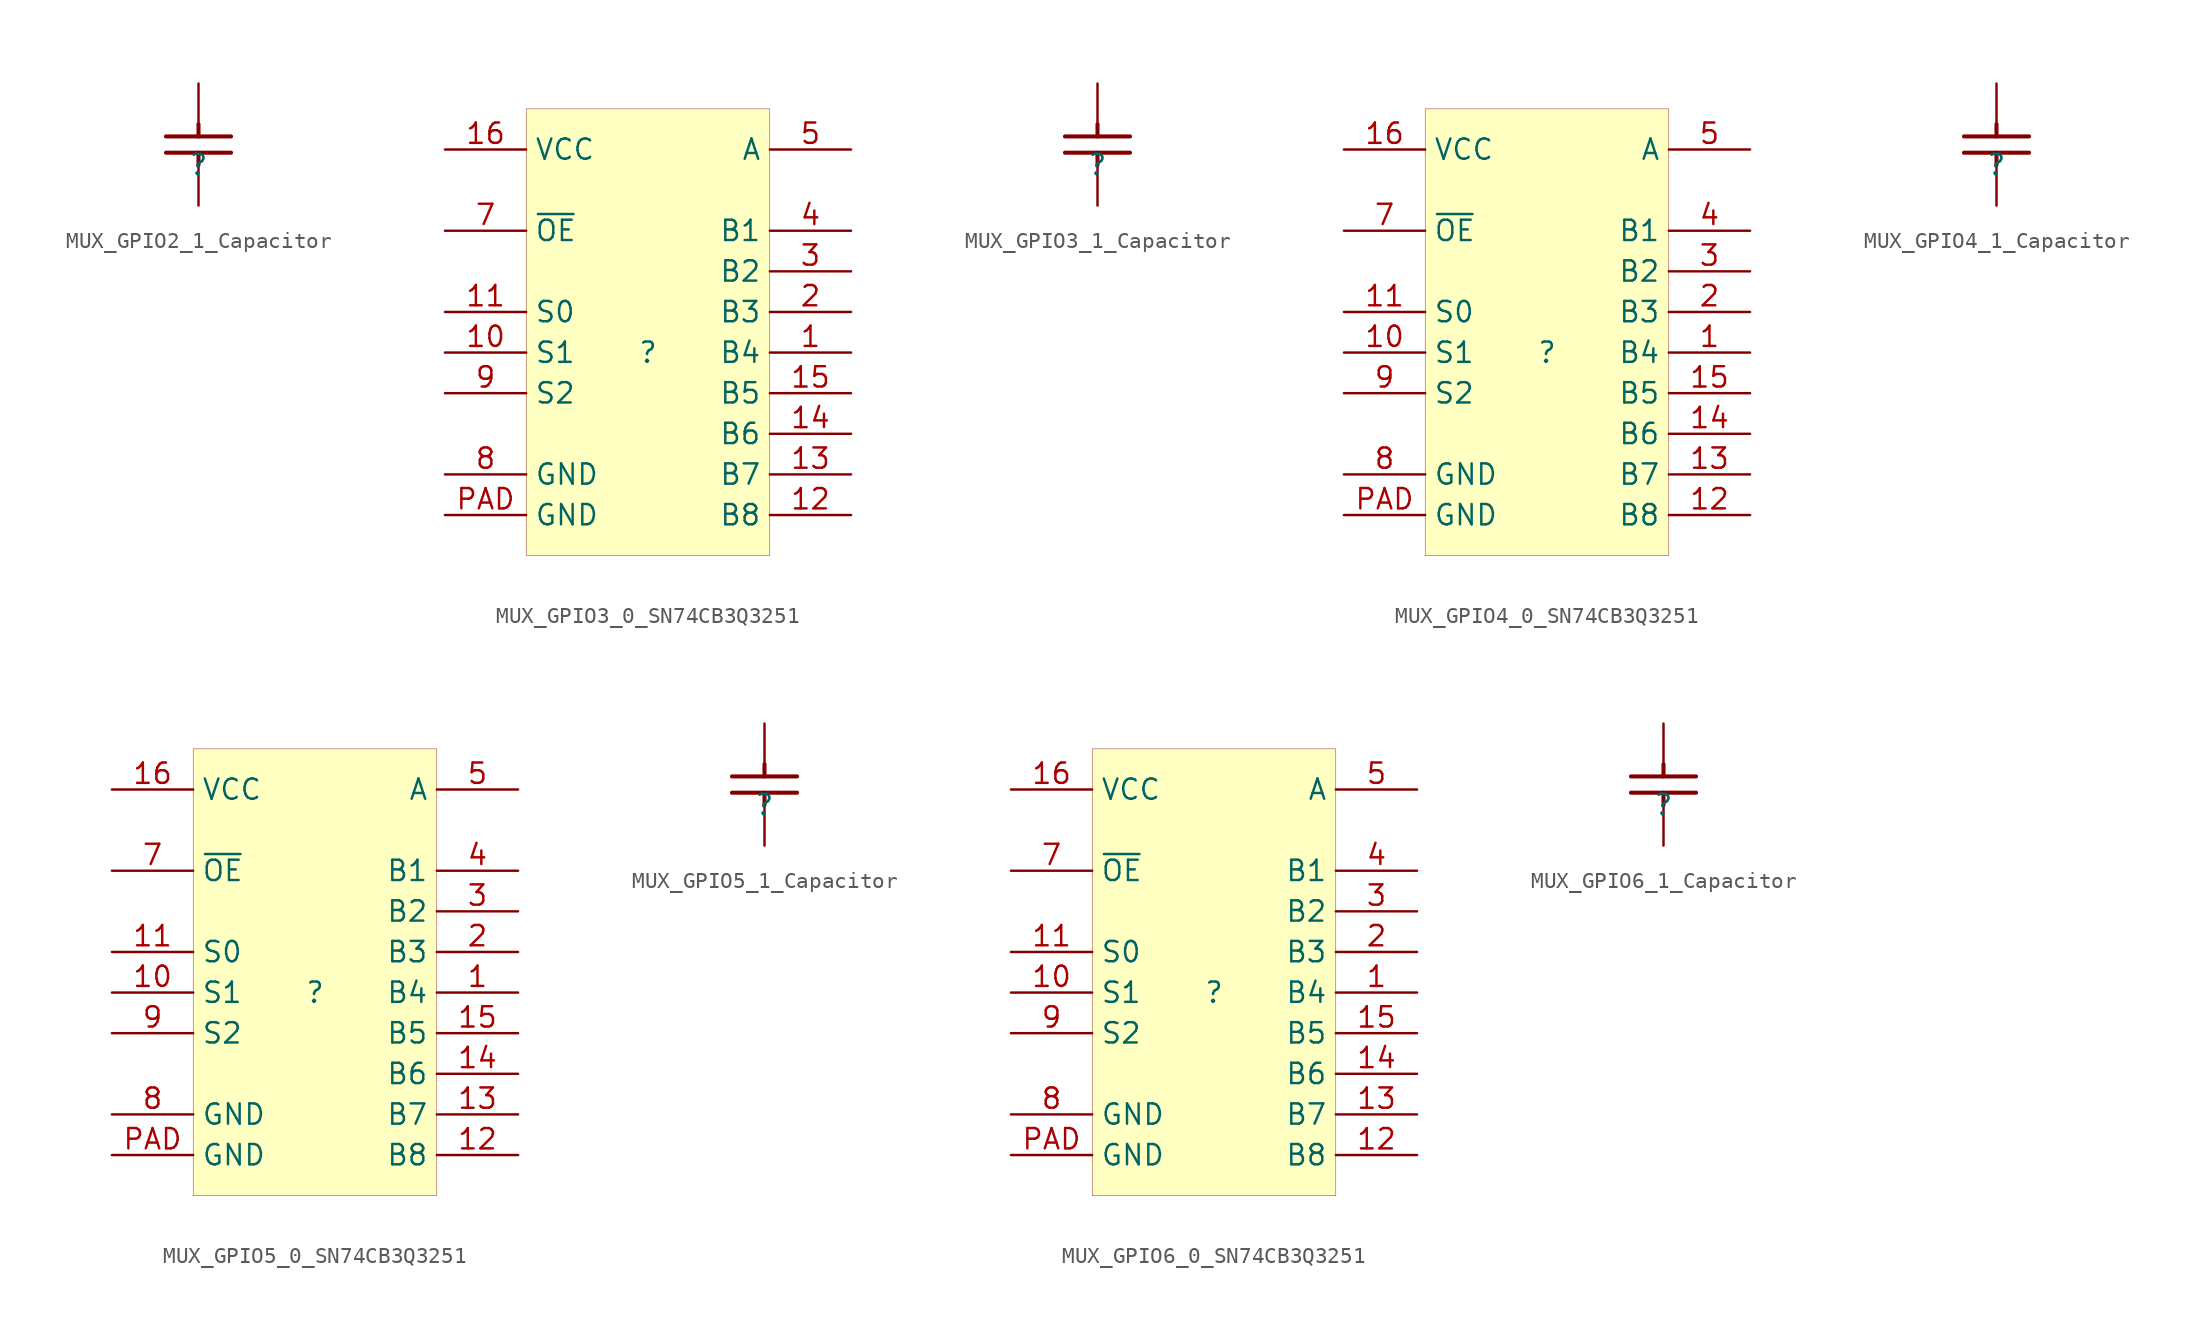
<source format=kicad_sym>
(kicad_symbol_lib
  (version 20231120)
  (generator "kicad_symbol_editor")
  (generator_version "8.0")
  (symbol "MUX_GPIO2_1_Capacitor"
    (property "Reference" ""
      (at 0 0 0)
      (effects (font (size 1.27 1.27))))
    (property "Value" ""
      (at 0 0 0)
      (effects (font (size 1.27 1.27))))
    (symbol "MUX_GPIO2_1_Capacitor_1_0"
      (polyline (pts (xy -2.032 0.762) (xy 2.032 0.762)) (stroke (width 0.254) (type solid)) (fill (type none)))
      (polyline (pts (xy 0 0) (xy 0 0.762)) (stroke (width 0.254) (type solid)) (fill (type none)))
      (polyline (pts (xy 0 1.778) (xy 0 2.54)) (stroke (width 0.254) (type solid)) (fill (type none)))
      (polyline (pts (xy 2.032 1.778) (xy -2.032 1.778)) (stroke (width 0.254) (type solid)) (fill (type none)))
      (pin passive line (at 0 -2.54 90) (length 2.54) (name "1" (effects (font (size 0 0)))) (number "1" (effects (font (size 0 0)))))
      (pin passive line (at 0 5.08 270) (length 2.54) (name "2" (effects (font (size 0 0)))) (number "2" (effects (font (size 0 0)))))))
  (symbol "MUX_GPIO3_0_SN74CB3Q3251"
    (property "Reference" ""
      (at 0 0 0)
      (effects (font (size 1.27 1.27))))
    (property "Value" ""
      (at 0 0 0)
      (effects (font (size 1.27 1.27))))
    (symbol "MUX_GPIO3_0_SN74CB3Q3251_1_0"
      (rectangle (start 7.62 15.24) (end -7.62 -12.7) (stroke (width 0.025) (type solid) (color 128 0 0 1)) (fill (type background)))
      (pin passive line (at 12.7 0 180) (length 5.08) (name "B4" (effects (font (size 1.27 1.27)))) (number "1" (effects (font (size 1.27 1.27)))))
      (pin passive line (at -12.7 0 0) (length 5.08) (name "S1" (effects (font (size 1.27 1.27)))) (number "10" (effects (font (size 1.27 1.27)))))
      (pin passive line (at -12.7 2.54 0) (length 5.08) (name "S0" (effects (font (size 1.27 1.27)))) (number "11" (effects (font (size 1.27 1.27)))))
      (pin passive line (at 12.7 -10.16 180) (length 5.08) (name "B8" (effects (font (size 1.27 1.27)))) (number "12" (effects (font (size 1.27 1.27)))))
      (pin passive line (at 12.7 -7.62 180) (length 5.08) (name "B7" (effects (font (size 1.27 1.27)))) (number "13" (effects (font (size 1.27 1.27)))))
      (pin passive line (at 12.7 -5.08 180) (length 5.08) (name "B6" (effects (font (size 1.27 1.27)))) (number "14" (effects (font (size 1.27 1.27)))))
      (pin passive line (at 12.7 -2.54 180) (length 5.08) (name "B5" (effects (font (size 1.27 1.27)))) (number "15" (effects (font (size 1.27 1.27)))))
      (pin passive line (at -12.7 12.7 0) (length 5.08) (name "VCC" (effects (font (size 1.27 1.27)))) (number "16" (effects (font (size 1.27 1.27)))))
      (pin passive line (at 12.7 2.54 180) (length 5.08) (name "B3" (effects (font (size 1.27 1.27)))) (number "2" (effects (font (size 1.27 1.27)))))
      (pin passive line (at 12.7 5.08 180) (length 5.08) (name "B2" (effects (font (size 1.27 1.27)))) (number "3" (effects (font (size 1.27 1.27)))))
      (pin passive line (at 12.7 7.62 180) (length 5.08) (name "B1" (effects (font (size 1.27 1.27)))) (number "4" (effects (font (size 1.27 1.27)))))
      (pin passive line (at 12.7 12.7 180) (length 5.08) (name "A" (effects (font (size 1.27 1.27)))) (number "5" (effects (font (size 1.27 1.27)))))
      (pin passive line (at -12.7 7.62 0) (length 5.08) (name "~{OE}" (effects (font (size 1.27 1.27)))) (number "7" (effects (font (size 1.27 1.27)))))
      (pin passive line (at -12.7 -7.62 0) (length 5.08) (name "GND" (effects (font (size 1.27 1.27)))) (number "8" (effects (font (size 1.27 1.27)))))
      (pin passive line (at -12.7 -2.54 0) (length 5.08) (name "S2" (effects (font (size 1.27 1.27)))) (number "9" (effects (font (size 1.27 1.27)))))
      (pin passive line (at -12.7 -10.16 0) (length 5.08) (name "GND" (effects (font (size 1.27 1.27)))) (number "PAD" (effects (font (size 1.27 1.27)))))))
  (symbol "MUX_GPIO3_1_Capacitor"
    (property "Reference" ""
      (at 0 0 0)
      (effects (font (size 1.27 1.27))))
    (property "Value" ""
      (at 0 0 0)
      (effects (font (size 1.27 1.27))))
    (symbol "MUX_GPIO3_1_Capacitor_1_0"
      (polyline (pts (xy -2.032 0.762) (xy 2.032 0.762)) (stroke (width 0.254) (type solid)) (fill (type none)))
      (polyline (pts (xy 0 0) (xy 0 0.762)) (stroke (width 0.254) (type solid)) (fill (type none)))
      (polyline (pts (xy 0 1.778) (xy 0 2.54)) (stroke (width 0.254) (type solid)) (fill (type none)))
      (polyline (pts (xy 2.032 1.778) (xy -2.032 1.778)) (stroke (width 0.254) (type solid)) (fill (type none)))
      (pin passive line (at 0 -2.54 90) (length 2.54) (name "1" (effects (font (size 0 0)))) (number "1" (effects (font (size 0 0)))))
      (pin passive line (at 0 5.08 270) (length 2.54) (name "2" (effects (font (size 0 0)))) (number "2" (effects (font (size 0 0)))))))
  (symbol "MUX_GPIO4_0_SN74CB3Q3251"
    (property "Reference" ""
      (at 0 0 0)
      (effects (font (size 1.27 1.27))))
    (property "Value" ""
      (at 0 0 0)
      (effects (font (size 1.27 1.27))))
    (symbol "MUX_GPIO4_0_SN74CB3Q3251_1_0"
      (rectangle (start 7.62 15.24) (end -7.62 -12.7) (stroke (width 0.025) (type solid) (color 128 0 0 1)) (fill (type background)))
      (pin passive line (at 12.7 0 180) (length 5.08) (name "B4" (effects (font (size 1.27 1.27)))) (number "1" (effects (font (size 1.27 1.27)))))
      (pin passive line (at -12.7 0 0) (length 5.08) (name "S1" (effects (font (size 1.27 1.27)))) (number "10" (effects (font (size 1.27 1.27)))))
      (pin passive line (at -12.7 2.54 0) (length 5.08) (name "S0" (effects (font (size 1.27 1.27)))) (number "11" (effects (font (size 1.27 1.27)))))
      (pin passive line (at 12.7 -10.16 180) (length 5.08) (name "B8" (effects (font (size 1.27 1.27)))) (number "12" (effects (font (size 1.27 1.27)))))
      (pin passive line (at 12.7 -7.62 180) (length 5.08) (name "B7" (effects (font (size 1.27 1.27)))) (number "13" (effects (font (size 1.27 1.27)))))
      (pin passive line (at 12.7 -5.08 180) (length 5.08) (name "B6" (effects (font (size 1.27 1.27)))) (number "14" (effects (font (size 1.27 1.27)))))
      (pin passive line (at 12.7 -2.54 180) (length 5.08) (name "B5" (effects (font (size 1.27 1.27)))) (number "15" (effects (font (size 1.27 1.27)))))
      (pin passive line (at -12.7 12.7 0) (length 5.08) (name "VCC" (effects (font (size 1.27 1.27)))) (number "16" (effects (font (size 1.27 1.27)))))
      (pin passive line (at 12.7 2.54 180) (length 5.08) (name "B3" (effects (font (size 1.27 1.27)))) (number "2" (effects (font (size 1.27 1.27)))))
      (pin passive line (at 12.7 5.08 180) (length 5.08) (name "B2" (effects (font (size 1.27 1.27)))) (number "3" (effects (font (size 1.27 1.27)))))
      (pin passive line (at 12.7 7.62 180) (length 5.08) (name "B1" (effects (font (size 1.27 1.27)))) (number "4" (effects (font (size 1.27 1.27)))))
      (pin passive line (at 12.7 12.7 180) (length 5.08) (name "A" (effects (font (size 1.27 1.27)))) (number "5" (effects (font (size 1.27 1.27)))))
      (pin passive line (at -12.7 7.62 0) (length 5.08) (name "~{OE}" (effects (font (size 1.27 1.27)))) (number "7" (effects (font (size 1.27 1.27)))))
      (pin passive line (at -12.7 -7.62 0) (length 5.08) (name "GND" (effects (font (size 1.27 1.27)))) (number "8" (effects (font (size 1.27 1.27)))))
      (pin passive line (at -12.7 -2.54 0) (length 5.08) (name "S2" (effects (font (size 1.27 1.27)))) (number "9" (effects (font (size 1.27 1.27)))))
      (pin passive line (at -12.7 -10.16 0) (length 5.08) (name "GND" (effects (font (size 1.27 1.27)))) (number "PAD" (effects (font (size 1.27 1.27)))))))
  (symbol "MUX_GPIO4_1_Capacitor"
    (property "Reference" ""
      (at 0 0 0)
      (effects (font (size 1.27 1.27))))
    (property "Value" ""
      (at 0 0 0)
      (effects (font (size 1.27 1.27))))
    (symbol "MUX_GPIO4_1_Capacitor_1_0"
      (polyline (pts (xy -2.032 0.762) (xy 2.032 0.762)) (stroke (width 0.254) (type solid)) (fill (type none)))
      (polyline (pts (xy 0 0) (xy 0 0.762)) (stroke (width 0.254) (type solid)) (fill (type none)))
      (polyline (pts (xy 0 1.778) (xy 0 2.54)) (stroke (width 0.254) (type solid)) (fill (type none)))
      (polyline (pts (xy 2.032 1.778) (xy -2.032 1.778)) (stroke (width 0.254) (type solid)) (fill (type none)))
      (pin passive line (at 0 -2.54 90) (length 2.54) (name "1" (effects (font (size 0 0)))) (number "1" (effects (font (size 0 0)))))
      (pin passive line (at 0 5.08 270) (length 2.54) (name "2" (effects (font (size 0 0)))) (number "2" (effects (font (size 0 0)))))))
  (symbol "MUX_GPIO5_0_SN74CB3Q3251"
    (property "Reference" ""
      (at 0 0 0)
      (effects (font (size 1.27 1.27))))
    (property "Value" ""
      (at 0 0 0)
      (effects (font (size 1.27 1.27))))
    (symbol "MUX_GPIO5_0_SN74CB3Q3251_1_0"
      (rectangle (start 7.62 15.24) (end -7.62 -12.7) (stroke (width 0.025) (type solid) (color 128 0 0 1)) (fill (type background)))
      (pin passive line (at 12.7 0 180) (length 5.08) (name "B4" (effects (font (size 1.27 1.27)))) (number "1" (effects (font (size 1.27 1.27)))))
      (pin passive line (at -12.7 0 0) (length 5.08) (name "S1" (effects (font (size 1.27 1.27)))) (number "10" (effects (font (size 1.27 1.27)))))
      (pin passive line (at -12.7 2.54 0) (length 5.08) (name "S0" (effects (font (size 1.27 1.27)))) (number "11" (effects (font (size 1.27 1.27)))))
      (pin passive line (at 12.7 -10.16 180) (length 5.08) (name "B8" (effects (font (size 1.27 1.27)))) (number "12" (effects (font (size 1.27 1.27)))))
      (pin passive line (at 12.7 -7.62 180) (length 5.08) (name "B7" (effects (font (size 1.27 1.27)))) (number "13" (effects (font (size 1.27 1.27)))))
      (pin passive line (at 12.7 -5.08 180) (length 5.08) (name "B6" (effects (font (size 1.27 1.27)))) (number "14" (effects (font (size 1.27 1.27)))))
      (pin passive line (at 12.7 -2.54 180) (length 5.08) (name "B5" (effects (font (size 1.27 1.27)))) (number "15" (effects (font (size 1.27 1.27)))))
      (pin passive line (at -12.7 12.7 0) (length 5.08) (name "VCC" (effects (font (size 1.27 1.27)))) (number "16" (effects (font (size 1.27 1.27)))))
      (pin passive line (at 12.7 2.54 180) (length 5.08) (name "B3" (effects (font (size 1.27 1.27)))) (number "2" (effects (font (size 1.27 1.27)))))
      (pin passive line (at 12.7 5.08 180) (length 5.08) (name "B2" (effects (font (size 1.27 1.27)))) (number "3" (effects (font (size 1.27 1.27)))))
      (pin passive line (at 12.7 7.62 180) (length 5.08) (name "B1" (effects (font (size 1.27 1.27)))) (number "4" (effects (font (size 1.27 1.27)))))
      (pin passive line (at 12.7 12.7 180) (length 5.08) (name "A" (effects (font (size 1.27 1.27)))) (number "5" (effects (font (size 1.27 1.27)))))
      (pin passive line (at -12.7 7.62 0) (length 5.08) (name "~{OE}" (effects (font (size 1.27 1.27)))) (number "7" (effects (font (size 1.27 1.27)))))
      (pin passive line (at -12.7 -7.62 0) (length 5.08) (name "GND" (effects (font (size 1.27 1.27)))) (number "8" (effects (font (size 1.27 1.27)))))
      (pin passive line (at -12.7 -2.54 0) (length 5.08) (name "S2" (effects (font (size 1.27 1.27)))) (number "9" (effects (font (size 1.27 1.27)))))
      (pin passive line (at -12.7 -10.16 0) (length 5.08) (name "GND" (effects (font (size 1.27 1.27)))) (number "PAD" (effects (font (size 1.27 1.27)))))))
  (symbol "MUX_GPIO5_1_Capacitor"
    (property "Reference" ""
      (at 0 0 0)
      (effects (font (size 1.27 1.27))))
    (property "Value" ""
      (at 0 0 0)
      (effects (font (size 1.27 1.27))))
    (symbol "MUX_GPIO5_1_Capacitor_1_0"
      (polyline (pts (xy -2.032 0.762) (xy 2.032 0.762)) (stroke (width 0.254) (type solid)) (fill (type none)))
      (polyline (pts (xy 0 0) (xy 0 0.762)) (stroke (width 0.254) (type solid)) (fill (type none)))
      (polyline (pts (xy 0 1.778) (xy 0 2.54)) (stroke (width 0.254) (type solid)) (fill (type none)))
      (polyline (pts (xy 2.032 1.778) (xy -2.032 1.778)) (stroke (width 0.254) (type solid)) (fill (type none)))
      (pin passive line (at 0 -2.54 90) (length 2.54) (name "1" (effects (font (size 0 0)))) (number "1" (effects (font (size 0 0)))))
      (pin passive line (at 0 5.08 270) (length 2.54) (name "2" (effects (font (size 0 0)))) (number "2" (effects (font (size 0 0)))))))
  (symbol "MUX_GPIO6_0_SN74CB3Q3251"
    (property "Reference" ""
      (at 0 0 0)
      (effects (font (size 1.27 1.27))))
    (property "Value" ""
      (at 0 0 0)
      (effects (font (size 1.27 1.27))))
    (symbol "MUX_GPIO6_0_SN74CB3Q3251_1_0"
      (rectangle (start 7.62 15.24) (end -7.62 -12.7) (stroke (width 0.025) (type solid) (color 128 0 0 1)) (fill (type background)))
      (pin passive line (at 12.7 0 180) (length 5.08) (name "B4" (effects (font (size 1.27 1.27)))) (number "1" (effects (font (size 1.27 1.27)))))
      (pin passive line (at -12.7 0 0) (length 5.08) (name "S1" (effects (font (size 1.27 1.27)))) (number "10" (effects (font (size 1.27 1.27)))))
      (pin passive line (at -12.7 2.54 0) (length 5.08) (name "S0" (effects (font (size 1.27 1.27)))) (number "11" (effects (font (size 1.27 1.27)))))
      (pin passive line (at 12.7 -10.16 180) (length 5.08) (name "B8" (effects (font (size 1.27 1.27)))) (number "12" (effects (font (size 1.27 1.27)))))
      (pin passive line (at 12.7 -7.62 180) (length 5.08) (name "B7" (effects (font (size 1.27 1.27)))) (number "13" (effects (font (size 1.27 1.27)))))
      (pin passive line (at 12.7 -5.08 180) (length 5.08) (name "B6" (effects (font (size 1.27 1.27)))) (number "14" (effects (font (size 1.27 1.27)))))
      (pin passive line (at 12.7 -2.54 180) (length 5.08) (name "B5" (effects (font (size 1.27 1.27)))) (number "15" (effects (font (size 1.27 1.27)))))
      (pin passive line (at -12.7 12.7 0) (length 5.08) (name "VCC" (effects (font (size 1.27 1.27)))) (number "16" (effects (font (size 1.27 1.27)))))
      (pin passive line (at 12.7 2.54 180) (length 5.08) (name "B3" (effects (font (size 1.27 1.27)))) (number "2" (effects (font (size 1.27 1.27)))))
      (pin passive line (at 12.7 5.08 180) (length 5.08) (name "B2" (effects (font (size 1.27 1.27)))) (number "3" (effects (font (size 1.27 1.27)))))
      (pin passive line (at 12.7 7.62 180) (length 5.08) (name "B1" (effects (font (size 1.27 1.27)))) (number "4" (effects (font (size 1.27 1.27)))))
      (pin passive line (at 12.7 12.7 180) (length 5.08) (name "A" (effects (font (size 1.27 1.27)))) (number "5" (effects (font (size 1.27 1.27)))))
      (pin passive line (at -12.7 7.62 0) (length 5.08) (name "~{OE}" (effects (font (size 1.27 1.27)))) (number "7" (effects (font (size 1.27 1.27)))))
      (pin passive line (at -12.7 -7.62 0) (length 5.08) (name "GND" (effects (font (size 1.27 1.27)))) (number "8" (effects (font (size 1.27 1.27)))))
      (pin passive line (at -12.7 -2.54 0) (length 5.08) (name "S2" (effects (font (size 1.27 1.27)))) (number "9" (effects (font (size 1.27 1.27)))))
      (pin passive line (at -12.7 -10.16 0) (length 5.08) (name "GND" (effects (font (size 1.27 1.27)))) (number "PAD" (effects (font (size 1.27 1.27)))))))
  (symbol "MUX_GPIO6_1_Capacitor"
    (property "Reference" ""
      (at 0 0 0)
      (effects (font (size 1.27 1.27))))
    (property "Value" ""
      (at 0 0 0)
      (effects (font (size 1.27 1.27))))
    (symbol "MUX_GPIO6_1_Capacitor_1_0"
      (polyline (pts (xy -2.032 0.762) (xy 2.032 0.762)) (stroke (width 0.254) (type solid)) (fill (type none)))
      (polyline (pts (xy 0 0) (xy 0 0.762)) (stroke (width 0.254) (type solid)) (fill (type none)))
      (polyline (pts (xy 0 1.778) (xy 0 2.54)) (stroke (width 0.254) (type solid)) (fill (type none)))
      (polyline (pts (xy 2.032 1.778) (xy -2.032 1.778)) (stroke (width 0.254) (type solid)) (fill (type none)))
      (pin passive line (at 0 -2.54 90) (length 2.54) (name "1" (effects (font (size 0 0)))) (number "1" (effects (font (size 0 0)))))
      (pin passive line (at 0 5.08 270) (length 2.54) (name "2" (effects (font (size 0 0)))) (number "2" (effects (font (size 0 0))))))))
</source>
